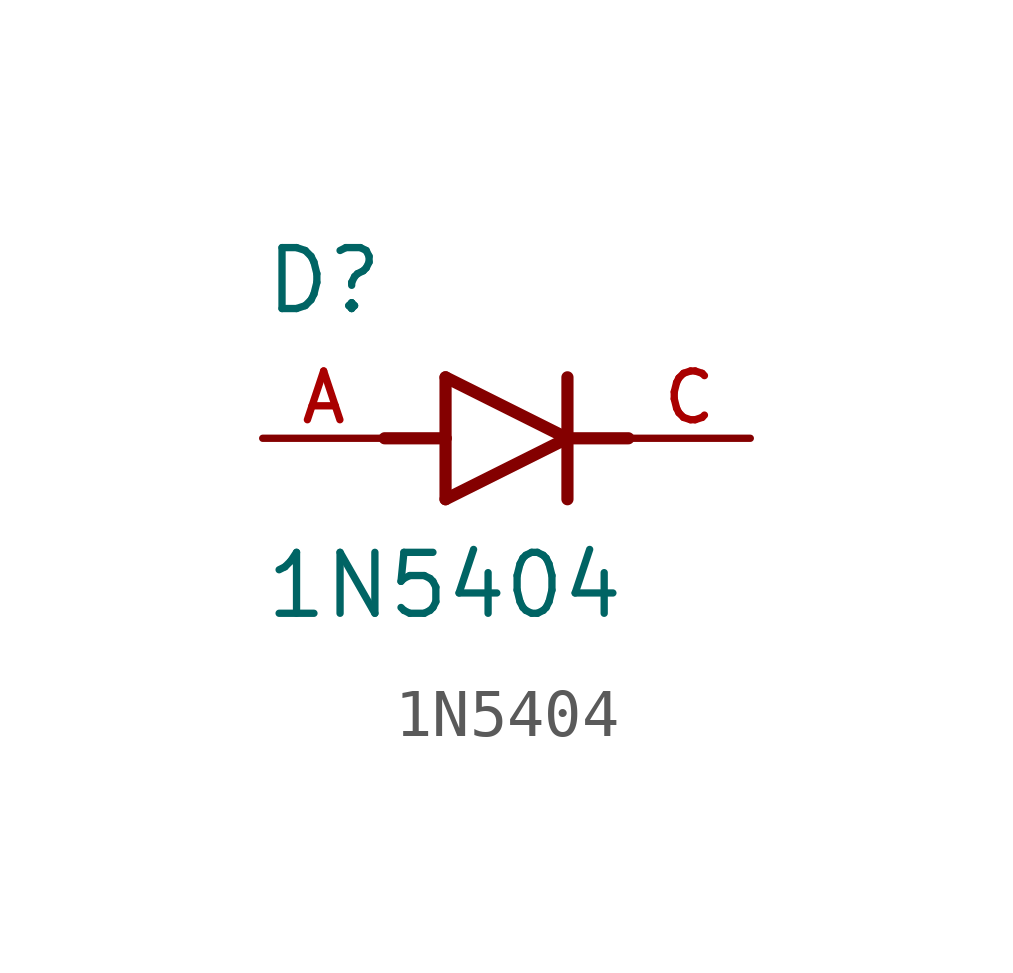
<source format=kicad_sym>
(kicad_symbol_lib
  (version 20211014)
  (generator kicad_symbol_editor)
  (symbol "1N5404"
    (pin_names
      (offset 1.016))
    (property "Reference" "D"
      (at -5.08 2.54 0)
      (effects (font (size 1.27 1.27)) (justify bottom left)))
    (property "Value" "1N5404"
      (at -5.08 -3.81 0)
      (effects (font (size 1.27 1.27)) (justify bottom left)))
    (symbol "1N5404_0_0"
      (polyline (pts (xy -1.27 -1.27) (xy 1.27 0.0)) (stroke (width 0.254)))
      (polyline (pts (xy 1.27 0.0) (xy -1.27 1.27)) (stroke (width 0.254)))
      (polyline (pts (xy 1.27 1.27) (xy 1.27 0.0)) (stroke (width 0.254)))
      (polyline (pts (xy -1.27 1.27) (xy -1.27 0.0)) (stroke (width 0.254)))
      (polyline (pts (xy -1.27 0.0) (xy -1.27 -1.27)) (stroke (width 0.254)))
      (polyline (pts (xy 1.27 0.0) (xy 1.27 -1.27)) (stroke (width 0.254)))
      (polyline (pts (xy -2.54 0.0) (xy -1.27 0.0)) (stroke (width 0.254)))
      (polyline (pts (xy 1.27 0.0) (xy 2.54 0.0)) (stroke (width 0.254)))
      (pin passive line (at 5.08 0.0 180.0) (length 2.54) (name "~" (effects (font (size 1.016 1.016)))) (number "C" (effects (font (size 1.016 1.016)))))
      (pin passive line (at -5.08 0.0 0) (length 2.54) (name "~" (effects (font (size 1.016 1.016)))) (number "A" (effects (font (size 1.016 1.016))))))))
</source>
